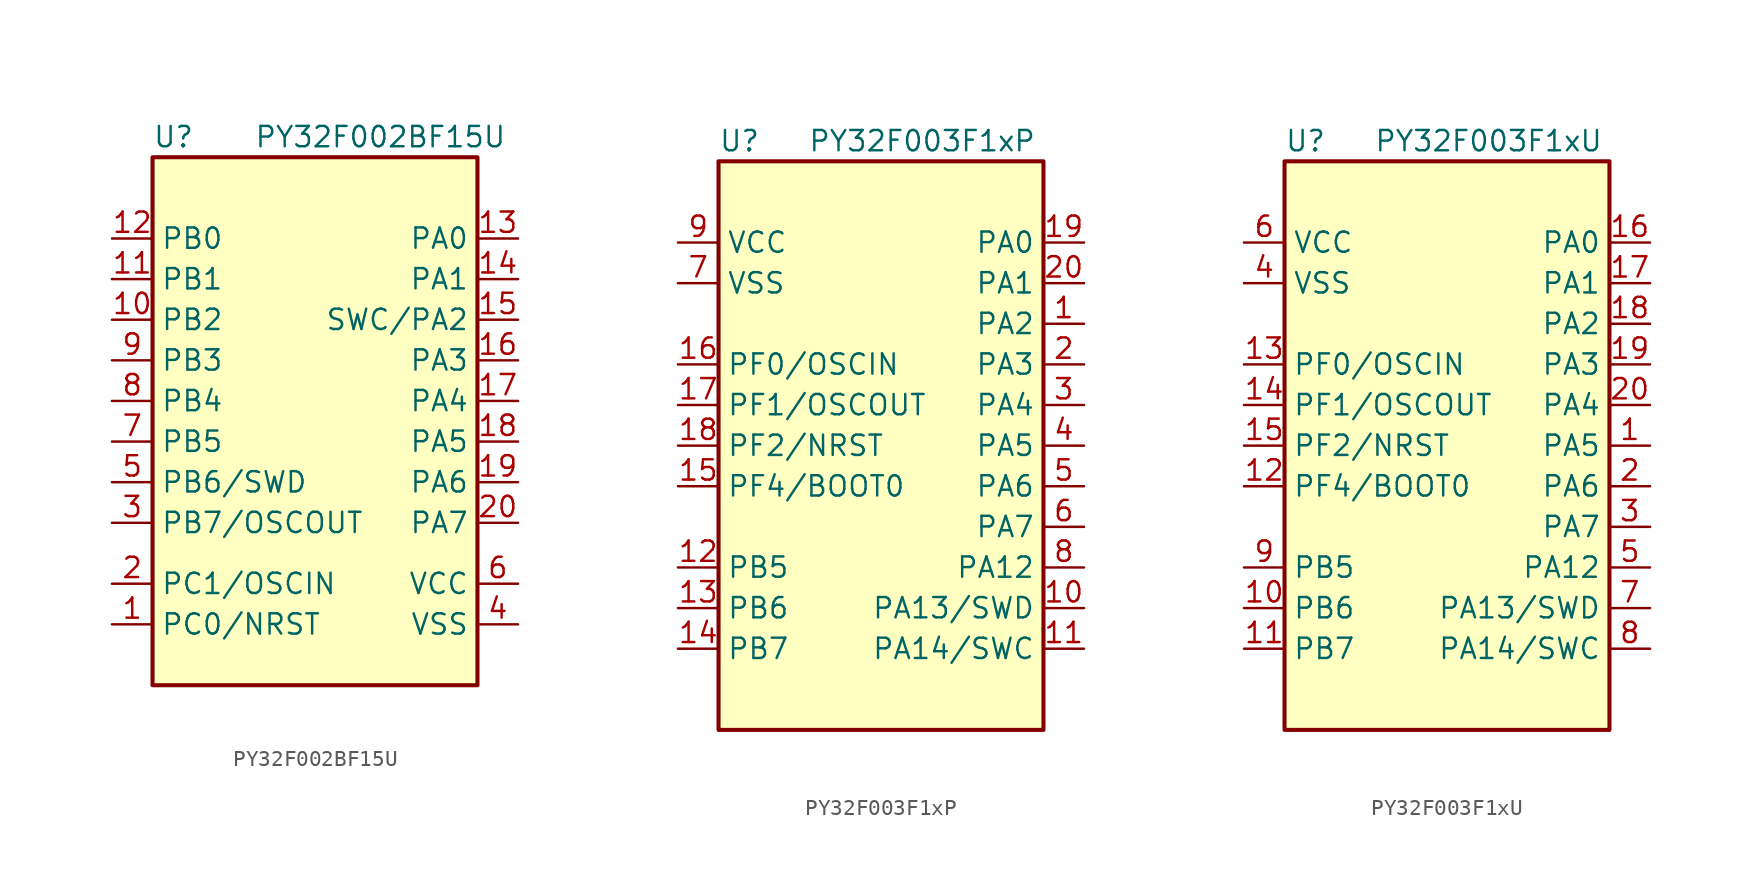
<source format=kicad_sym>
(kicad_symbol_lib
  (version 20241209)
  (generator "kicad_symbol_editor")
  (generator_version "9.0")
  (symbol "PY32F002BF15U"
    (property "Reference" "U"
      (at -10.16 16.51 0)
      (effects (font (size 1.27 1.27)) (justify left)))
    (property "Value" "PY32F002BF15U"
      (at -3.81 16.51 0)
      (effects (font (size 1.27 1.27)) (justify left)))
    (symbol "PY32F002BF15U_0_1"
      (rectangle (start -10.16 15.24) (end 10.16 -17.78) (stroke (width 0.254) (type default)) (fill (type background))))
    (symbol "PY32F002BF15U_1_1"
      (pin bidirectional line (at -12.7 10.16 0) (length 2.54) (name "PB0" (effects (font (size 1.27 1.27)))) (number "12" (effects (font (size 1.27 1.27)))))
      (pin bidirectional line (at -12.7 7.62 0) (length 2.54) (name "PB1" (effects (font (size 1.27 1.27)))) (number "11" (effects (font (size 1.27 1.27)))))
      (pin bidirectional line (at -12.7 5.08 0) (length 2.54) (name "PB2" (effects (font (size 1.27 1.27)))) (number "10" (effects (font (size 1.27 1.27)))))
      (pin bidirectional line (at -12.7 2.54 0) (length 2.54) (name "PB3" (effects (font (size 1.27 1.27)))) (number "9" (effects (font (size 1.27 1.27)))))
      (pin bidirectional line (at -12.7 0 0) (length 2.54) (name "PB4" (effects (font (size 1.27 1.27)))) (number "8" (effects (font (size 1.27 1.27)))))
      (pin bidirectional line (at -12.7 -2.54 0) (length 2.54) (name "PB5" (effects (font (size 1.27 1.27)))) (number "7" (effects (font (size 1.27 1.27)))))
      (pin bidirectional line (at -12.7 -5.08 0) (length 2.54) (name "PB6/SWD" (effects (font (size 1.27 1.27)))) (number "5" (effects (font (size 1.27 1.27)))))
      (pin bidirectional line (at -12.7 -7.62 0) (length 2.54) (name "PB7/OSCOUT" (effects (font (size 1.27 1.27)))) (number "3" (effects (font (size 1.27 1.27)))))
      (pin bidirectional line (at -12.7 -11.43 0) (length 2.54) (name "PC1/OSCIN" (effects (font (size 1.27 1.27)))) (number "2" (effects (font (size 1.27 1.27)))))
      (pin bidirectional line (at -12.7 -13.97 0) (length 2.54) (name "PC0/NRST" (effects (font (size 1.27 1.27)))) (number "1" (effects (font (size 1.27 1.27)))))
      (pin bidirectional line (at 12.7 10.16 180) (length 2.54) (name "PA0" (effects (font (size 1.27 1.27)))) (number "13" (effects (font (size 1.27 1.27)))))
      (pin bidirectional line (at 12.7 7.62 180) (length 2.54) (name "PA1" (effects (font (size 1.27 1.27)))) (number "14" (effects (font (size 1.27 1.27)))))
      (pin bidirectional line (at 12.7 5.08 180) (length 2.54) (name "SWC/PA2" (effects (font (size 1.27 1.27)))) (number "15" (effects (font (size 1.27 1.27)))))
      (pin bidirectional line (at 12.7 2.54 180) (length 2.54) (name "PA3" (effects (font (size 1.27 1.27)))) (number "16" (effects (font (size 1.27 1.27)))))
      (pin bidirectional line (at 12.7 0 180) (length 2.54) (name "PA4" (effects (font (size 1.27 1.27)))) (number "17" (effects (font (size 1.27 1.27)))))
      (pin bidirectional line (at 12.7 -2.54 180) (length 2.54) (name "PA5" (effects (font (size 1.27 1.27)))) (number "18" (effects (font (size 1.27 1.27)))))
      (pin bidirectional line (at 12.7 -5.08 180) (length 2.54) (name "PA6" (effects (font (size 1.27 1.27)))) (number "19" (effects (font (size 1.27 1.27)))))
      (pin bidirectional line (at 12.7 -7.62 180) (length 2.54) (name "PA7" (effects (font (size 1.27 1.27)))) (number "20" (effects (font (size 1.27 1.27)))))
      (pin power_in line (at 12.7 -11.43 180) (length 2.54) (name "VCC" (effects (font (size 1.27 1.27)))) (number "6" (effects (font (size 1.27 1.27)))))
      (pin power_in line (at 12.7 -13.97 180) (length 2.54) (hide yes) (name "VSS" (effects (font (size 1.27 1.27)))) (number "21" (effects (font (size 1.27 1.27)))))
      (pin power_in line (at 12.7 -13.97 180) (length 2.54) (name "VSS" (effects (font (size 1.27 1.27)))) (number "4" (effects (font (size 1.27 1.27)))))))
  (symbol "PY32F003F1xP"
    (property "Reference" "U"
      (at -10.16 19.05 0)
      (effects (font (size 1.27 1.27)) (justify left)))
    (property "Value" "PY32F003F1xP"
      (at -4.572 19.05 0)
      (effects (font (size 1.27 1.27)) (justify left)))
    (symbol "PY32F003F1xP_0_1"
      (rectangle (start -10.16 17.78) (end 10.16 -17.78) (stroke (width 0.254) (type default)) (fill (type background))))
    (symbol "PY32F003F1xP_1_1"
      (pin power_in line (at -12.7 12.7 0) (length 2.54) (name "VCC" (effects (font (size 1.27 1.27)))) (number "9" (effects (font (size 1.27 1.27)))))
      (pin power_in line (at -12.7 10.16 0) (length 2.54) (name "VSS" (effects (font (size 1.27 1.27)))) (number "7" (effects (font (size 1.27 1.27)))))
      (pin bidirectional line (at -12.7 5.08 0) (length 2.54) (name "PF0/OSCIN" (effects (font (size 1.27 1.27)))) (number "16" (effects (font (size 1.27 1.27)))))
      (pin bidirectional line (at -12.7 2.54 0) (length 2.54) (name "PF1/OSCOUT" (effects (font (size 1.27 1.27)))) (number "17" (effects (font (size 1.27 1.27)))))
      (pin bidirectional line (at -12.7 0 0) (length 2.54) (name "PF2/NRST" (effects (font (size 1.27 1.27)))) (number "18" (effects (font (size 1.27 1.27)))))
      (pin bidirectional line (at -12.7 -2.54 0) (length 2.54) (name "PF4/BOOT0" (effects (font (size 1.27 1.27)))) (number "15" (effects (font (size 1.27 1.27)))))
      (pin bidirectional line (at -12.7 -7.62 0) (length 2.54) (name "PB5" (effects (font (size 1.27 1.27)))) (number "12" (effects (font (size 1.27 1.27)))))
      (pin bidirectional line (at -12.7 -10.16 0) (length 2.54) (name "PB6" (effects (font (size 1.27 1.27)))) (number "13" (effects (font (size 1.27 1.27)))))
      (pin bidirectional line (at -12.7 -12.7 0) (length 2.54) (name "PB7" (effects (font (size 1.27 1.27)))) (number "14" (effects (font (size 1.27 1.27)))))
      (pin bidirectional line (at 12.7 12.7 180) (length 2.54) (name "PA0" (effects (font (size 1.27 1.27)))) (number "19" (effects (font (size 1.27 1.27)))))
      (pin bidirectional line (at 12.7 10.16 180) (length 2.54) (name "PA1" (effects (font (size 1.27 1.27)))) (number "20" (effects (font (size 1.27 1.27)))))
      (pin bidirectional line (at 12.7 7.62 180) (length 2.54) (name "PA2" (effects (font (size 1.27 1.27)))) (number "1" (effects (font (size 1.27 1.27)))))
      (pin bidirectional line (at 12.7 5.08 180) (length 2.54) (name "PA3" (effects (font (size 1.27 1.27)))) (number "2" (effects (font (size 1.27 1.27)))))
      (pin bidirectional line (at 12.7 2.54 180) (length 2.54) (name "PA4" (effects (font (size 1.27 1.27)))) (number "3" (effects (font (size 1.27 1.27)))))
      (pin bidirectional line (at 12.7 0 180) (length 2.54) (name "PA5" (effects (font (size 1.27 1.27)))) (number "4" (effects (font (size 1.27 1.27)))))
      (pin bidirectional line (at 12.7 -2.54 180) (length 2.54) (name "PA6" (effects (font (size 1.27 1.27)))) (number "5" (effects (font (size 1.27 1.27)))))
      (pin bidirectional line (at 12.7 -5.08 180) (length 2.54) (name "PA7" (effects (font (size 1.27 1.27)))) (number "6" (effects (font (size 1.27 1.27)))))
      (pin bidirectional line (at 12.7 -7.62 180) (length 2.54) (name "PA12" (effects (font (size 1.27 1.27)))) (number "8" (effects (font (size 1.27 1.27)))))
      (pin bidirectional line (at 12.7 -10.16 180) (length 2.54) (name "PA13/SWD" (effects (font (size 1.27 1.27)))) (number "10" (effects (font (size 1.27 1.27)))))
      (pin bidirectional line (at 12.7 -12.7 180) (length 2.54) (name "PA14/SWC" (effects (font (size 1.27 1.27)))) (number "11" (effects (font (size 1.27 1.27)))))))
  (symbol "PY32F003F1xU"
    (property "Reference" "U"
      (at -10.16 19.05 0)
      (effects (font (size 1.27 1.27)) (justify left)))
    (property "Value" "PY32F003F1xU"
      (at -4.572 19.05 0)
      (effects (font (size 1.27 1.27)) (justify left)))
    (symbol "PY32F003F1xU_0_1"
      (rectangle (start -10.16 17.78) (end 10.16 -17.78) (stroke (width 0.254) (type default)) (fill (type background))))
    (symbol "PY32F003F1xU_1_1"
      (pin power_in line (at -12.7 12.7 0) (length 2.54) (name "VCC" (effects (font (size 1.27 1.27)))) (number "6" (effects (font (size 1.27 1.27)))))
      (pin power_in line (at -12.7 10.16 0) (length 2.54) (hide yes) (name "VSS" (effects (font (size 1.27 1.27)))) (number "21" (effects (font (size 1.27 1.27)))))
      (pin power_in line (at -12.7 10.16 0) (length 2.54) (name "VSS" (effects (font (size 1.27 1.27)))) (number "4" (effects (font (size 1.27 1.27)))))
      (pin bidirectional line (at -12.7 5.08 0) (length 2.54) (name "PF0/OSCIN" (effects (font (size 1.27 1.27)))) (number "13" (effects (font (size 1.27 1.27)))))
      (pin bidirectional line (at -12.7 2.54 0) (length 2.54) (name "PF1/OSCOUT" (effects (font (size 1.27 1.27)))) (number "14" (effects (font (size 1.27 1.27)))))
      (pin bidirectional line (at -12.7 0 0) (length 2.54) (name "PF2/NRST" (effects (font (size 1.27 1.27)))) (number "15" (effects (font (size 1.27 1.27)))))
      (pin bidirectional line (at -12.7 -2.54 0) (length 2.54) (name "PF4/BOOT0" (effects (font (size 1.27 1.27)))) (number "12" (effects (font (size 1.27 1.27)))))
      (pin bidirectional line (at -12.7 -7.62 0) (length 2.54) (name "PB5" (effects (font (size 1.27 1.27)))) (number "9" (effects (font (size 1.27 1.27)))))
      (pin bidirectional line (at -12.7 -10.16 0) (length 2.54) (name "PB6" (effects (font (size 1.27 1.27)))) (number "10" (effects (font (size 1.27 1.27)))))
      (pin bidirectional line (at -12.7 -12.7 0) (length 2.54) (name "PB7" (effects (font (size 1.27 1.27)))) (number "11" (effects (font (size 1.27 1.27)))))
      (pin bidirectional line (at 12.7 12.7 180) (length 2.54) (name "PA0" (effects (font (size 1.27 1.27)))) (number "16" (effects (font (size 1.27 1.27)))))
      (pin bidirectional line (at 12.7 10.16 180) (length 2.54) (name "PA1" (effects (font (size 1.27 1.27)))) (number "17" (effects (font (size 1.27 1.27)))))
      (pin bidirectional line (at 12.7 7.62 180) (length 2.54) (name "PA2" (effects (font (size 1.27 1.27)))) (number "18" (effects (font (size 1.27 1.27)))))
      (pin bidirectional line (at 12.7 5.08 180) (length 2.54) (name "PA3" (effects (font (size 1.27 1.27)))) (number "19" (effects (font (size 1.27 1.27)))))
      (pin bidirectional line (at 12.7 2.54 180) (length 2.54) (name "PA4" (effects (font (size 1.27 1.27)))) (number "20" (effects (font (size 1.27 1.27)))))
      (pin bidirectional line (at 12.7 0 180) (length 2.54) (name "PA5" (effects (font (size 1.27 1.27)))) (number "1" (effects (font (size 1.27 1.27)))))
      (pin bidirectional line (at 12.7 -2.54 180) (length 2.54) (name "PA6" (effects (font (size 1.27 1.27)))) (number "2" (effects (font (size 1.27 1.27)))))
      (pin bidirectional line (at 12.7 -5.08 180) (length 2.54) (name "PA7" (effects (font (size 1.27 1.27)))) (number "3" (effects (font (size 1.27 1.27)))))
      (pin bidirectional line (at 12.7 -7.62 180) (length 2.54) (name "PA12" (effects (font (size 1.27 1.27)))) (number "5" (effects (font (size 1.27 1.27)))))
      (pin bidirectional line (at 12.7 -10.16 180) (length 2.54) (name "PA13/SWD" (effects (font (size 1.27 1.27)))) (number "7" (effects (font (size 1.27 1.27)))))
      (pin bidirectional line (at 12.7 -12.7 180) (length 2.54) (name "PA14/SWC" (effects (font (size 1.27 1.27)))) (number "8" (effects (font (size 1.27 1.27))))))))
</source>
